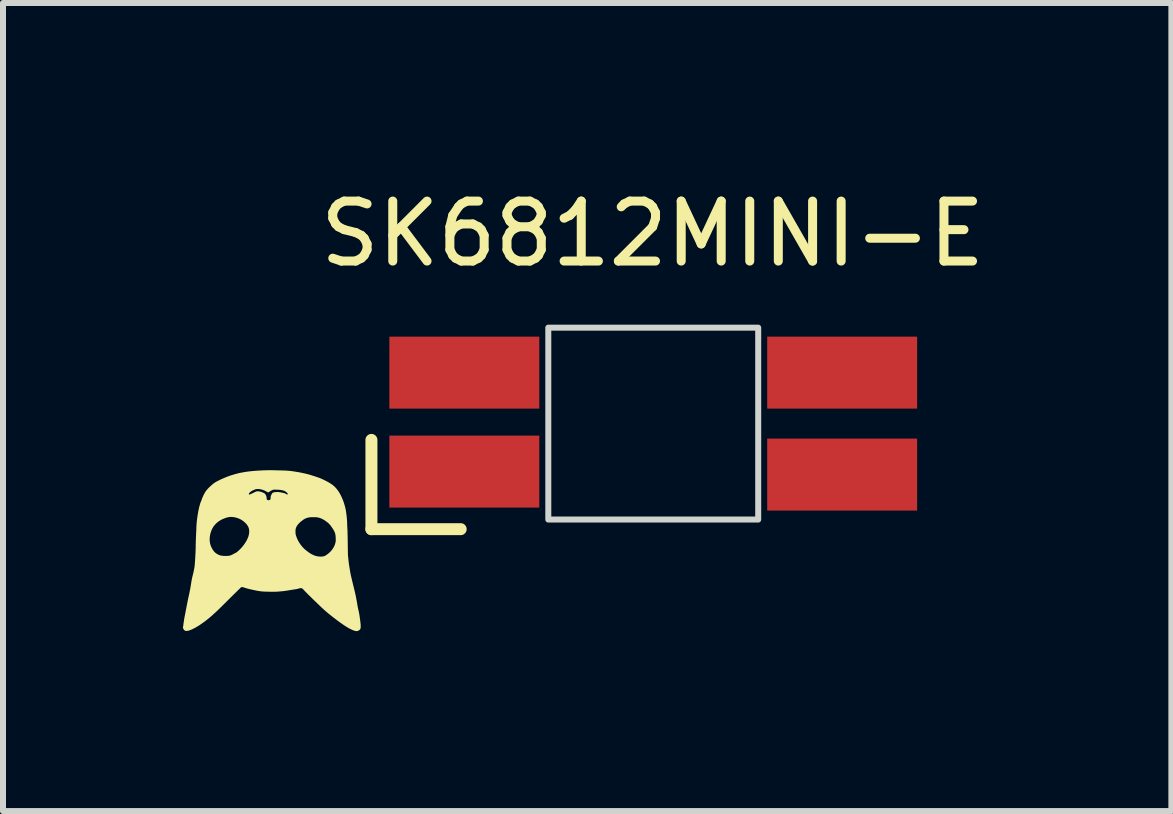
<source format=kicad_pcb>
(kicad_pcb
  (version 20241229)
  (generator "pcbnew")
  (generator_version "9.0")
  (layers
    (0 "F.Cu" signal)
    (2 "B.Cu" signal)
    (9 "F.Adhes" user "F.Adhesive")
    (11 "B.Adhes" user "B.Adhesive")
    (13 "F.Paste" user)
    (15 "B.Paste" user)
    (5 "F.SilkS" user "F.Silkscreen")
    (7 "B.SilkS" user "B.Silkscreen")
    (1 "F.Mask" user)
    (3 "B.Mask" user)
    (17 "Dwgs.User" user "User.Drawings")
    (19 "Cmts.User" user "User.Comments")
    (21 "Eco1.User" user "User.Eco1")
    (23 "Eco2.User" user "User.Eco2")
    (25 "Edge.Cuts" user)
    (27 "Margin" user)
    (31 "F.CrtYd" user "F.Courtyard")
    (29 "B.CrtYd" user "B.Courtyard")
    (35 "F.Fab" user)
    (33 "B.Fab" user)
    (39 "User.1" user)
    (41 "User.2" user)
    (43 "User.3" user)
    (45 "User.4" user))
  (footprint "SK6812MINI-E"
    (layer "F.Cu")
    (at 7.842 4.013)
    (property "Reference" "SK6812MINI-E" (at -0.01 -3.165 180) (layer "F.SilkS") (effects (font (size 1 1) (thickness 0.15))))
    (attr smd)
    (fp_line (start -4.699 0.272) (end -4.699 1.76) (stroke (width 0.2) (type solid)) (layer "F.SilkS"))
    (fp_line (start -4.699 1.76) (end -3.211 1.76) (stroke (width 0.2) (type solid)) (layer "F.SilkS"))
    (fp_poly (pts (xy -4.946 3.46) (xy -4.949 3.46) (xy -4.951 3.46) (xy -4.953 3.459) (xy -4.956 3.459) (xy -4.964 3.458) (xy -4.974 3.455) (xy -4.983 3.453) (xy -4.994 3.449) (xy -5.005 3.445) (xy -5.016 3.441) (xy -5.028 3.435) (xy -5.041 3.429) (xy -5.053 3.423) (xy -5.067 3.416) (xy -5.081 3.408) (xy -5.095 3.4) (xy -5.11 3.391) (xy -5.125 3.382) (xy -5.14 3.372) (xy -5.156 3.362) (xy -5.19 3.338) (xy -5.23 3.31) (xy -5.272 3.279) (xy -5.315 3.246) (xy -5.358 3.213) (xy -5.399 3.18) (xy -5.437 3.149) (xy -5.469 3.121) (xy -5.504 3.09) (xy -5.549 3.048) (xy -5.654 2.947) (xy -5.757 2.846) (xy -5.799 2.803) (xy -5.831 2.769) (xy -5.836 2.764) (xy -5.841 2.759) (xy -5.843 2.757) (xy -5.846 2.755) (xy -5.848 2.753) (xy -5.85 2.752) (xy -5.852 2.75) (xy -5.854 2.749) (xy -5.856 2.748) (xy -5.858 2.747) (xy -5.86 2.746) (xy -5.862 2.745) (xy -5.864 2.744) (xy -5.867 2.744) (xy -5.869 2.743) (xy -5.871 2.743) (xy -5.873 2.743) (xy -5.876 2.743) (xy -5.879 2.743) (xy -5.881 2.743) (xy -5.884 2.743) (xy -5.887 2.744) (xy -5.89 2.744) (xy -5.893 2.745) (xy -5.9 2.747) (xy -5.908 2.749) (xy -5.916 2.751) (xy -5.922 2.753) (xy -5.929 2.755) (xy -5.939 2.757) (xy -5.949 2.759) (xy -5.961 2.761) (xy -5.973 2.763) (xy -5.985 2.765) (xy -5.998 2.767) (xy -6.048 2.775) (xy -6.086 2.781) (xy -6.1 2.784) (xy -6.118 2.786) (xy -6.138 2.789) (xy -6.16 2.792) (xy -6.209 2.797) (xy -6.26 2.801) (xy -6.287 2.803) (xy -6.321 2.803) (xy -6.361 2.804) (xy -6.403 2.803) (xy -6.444 2.802) (xy -6.483 2.801) (xy -6.515 2.799) (xy -6.539 2.797) (xy -6.566 2.793) (xy -6.598 2.788) (xy -6.634 2.781) (xy -6.671 2.773) (xy -6.707 2.765) (xy -6.742 2.757) (xy -6.772 2.749) (xy -6.796 2.742) (xy -6.815 2.736) (xy -6.83 2.731) (xy -6.841 2.728) (xy -6.849 2.726) (xy -6.853 2.725) (xy -6.856 2.725) (xy -6.858 2.725) (xy -6.86 2.725) (xy -6.862 2.725) (xy -6.864 2.725) (xy -6.868 2.727) (xy -6.87 2.728) (xy -6.874 2.731) (xy -6.886 2.742) (xy -6.904 2.76) (xy -6.928 2.783) (xy -6.988 2.842) (xy -7.06 2.913) (xy -7.14 2.993) (xy -7.208 3.06) (xy -7.266 3.117) (xy -7.317 3.164) (xy -7.361 3.204) (xy -7.402 3.239) (xy -7.442 3.271) (xy -7.482 3.302) (xy -7.506 3.319) (xy -7.53 3.336) (xy -7.553 3.352) (xy -7.575 3.367) (xy -7.597 3.38) (xy -7.619 3.393) (xy -7.639 3.405) (xy -7.659 3.415) (xy -7.678 3.425) (xy -7.696 3.433) (xy -7.713 3.44) (xy -7.729 3.446) (xy -7.744 3.451) (xy -7.758 3.454) (xy -7.771 3.456) (xy -7.782 3.457) (xy -7.787 3.457) (xy -7.791 3.457) (xy -7.795 3.456) (xy -7.799 3.455) (xy -7.802 3.454) (xy -7.806 3.453) (xy -7.809 3.451) (xy -7.812 3.449) (xy -7.816 3.447) (xy -7.818 3.444) (xy -7.821 3.442) (xy -7.824 3.439) (xy -7.826 3.435) (xy -7.829 3.432) (xy -7.831 3.428) (xy -7.833 3.424) (xy -7.842 3.407) (xy -7.834 3.35) (xy -7.831 3.324) (xy -7.826 3.295) (xy -7.822 3.266) (xy -7.818 3.242) (xy -7.801 3.155) (xy -7.778 3.034) (xy -7.755 2.919) (xy -7.74 2.852) (xy -7.737 2.837) (xy -7.733 2.817) (xy -7.723 2.769) (xy -7.714 2.717) (xy -7.706 2.67) (xy -7.7 2.63) (xy -7.694 2.598) (xy -7.691 2.584) (xy -7.689 2.572) (xy -7.686 2.56) (xy -7.683 2.549) (xy -7.676 2.519) (xy -7.668 2.489) (xy -7.662 2.459) (xy -7.656 2.43) (xy -7.651 2.402) (xy -7.647 2.376) (xy -7.645 2.352) (xy -7.643 2.332) (xy -7.636 2.225) (xy -7.632 2.148) (xy -7.63 2.093) (xy -7.629 2.053) (xy -7.629 2.027) (xy -7.628 1.994) (xy -7.627 1.958) (xy -7.626 1.924) (xy -7.618 1.751) (xy -7.617 1.714) (xy -7.615 1.68) (xy -7.612 1.647) (xy -7.609 1.615) (xy -7.605 1.583) (xy -7.6 1.549) (xy -7.595 1.514) (xy -7.588 1.476) (xy -7.584 1.452) (xy -7.578 1.427) (xy -7.573 1.402) (xy -7.567 1.379) (xy -7.561 1.357) (xy -7.556 1.339) (xy -7.552 1.325) (xy -7.55 1.319) (xy -7.548 1.316) (xy -7.547 1.314) (xy -7.546 1.311) (xy -7.544 1.306) (xy -7.542 1.301) (xy -7.537 1.29) (xy -7.532 1.276) (xy -7.525 1.256) (xy -7.518 1.237) (xy -7.51 1.22) (xy -7.503 1.203) (xy -7.496 1.188) (xy -7.488 1.173) (xy -7.48 1.159) (xy -7.473 1.146) (xy -7.464 1.133) (xy -7.456 1.121) (xy -7.447 1.109) (xy -7.437 1.098) (xy -7.427 1.086) (xy -7.416 1.075) (xy -7.405 1.063) (xy -7.392 1.052) (xy -7.371 1.032) (xy -7.362 1.024) (xy -7.353 1.016) (xy -7.344 1.009) (xy -7.336 1.002) (xy -7.328 0.996) (xy -7.32 0.99) (xy -7.311 0.985) (xy -7.303 0.979) (xy -7.294 0.974) (xy -7.285 0.969) (xy -7.276 0.964) (xy -7.265 0.958) (xy -7.243 0.947) (xy -7.2 0.926) (xy -7.158 0.908) (xy -7.116 0.89) (xy -7.073 0.874) (xy -7.031 0.86) (xy -6.988 0.847) (xy -6.945 0.835) (xy -6.901 0.824) (xy -6.855 0.815) (xy -6.809 0.807) (xy -6.761 0.8) (xy -6.711 0.794) (xy -6.66 0.789) (xy -6.606 0.785) (xy -6.55 0.782) (xy -6.492 0.779) (xy -6.405 0.777) (xy -6.375 0.777) (xy -6.361 0.777) (xy -6.318 0.778) (xy -6.234 0.78) (xy -6.189 0.781) (xy -6.151 0.782) (xy -6.118 0.784) (xy -6.088 0.786) (xy -6.059 0.789) (xy -6.029 0.792) (xy -5.996 0.797) (xy -5.959 0.803) (xy -5.909 0.811) (xy -5.863 0.82) (xy -5.818 0.83) (xy -5.774 0.84) (xy -5.729 0.852) (xy -5.684 0.866) (xy -5.637 0.881) (xy -5.587 0.898) (xy -5.561 0.907) (xy -5.534 0.919) (xy -5.505 0.932) (xy -5.475 0.947) (xy -5.445 0.962) (xy -5.416 0.978) (xy -5.389 0.994) (xy -5.364 1.01) (xy -5.345 1.024) (xy -5.327 1.039) (xy -5.309 1.056) (xy -5.291 1.074) (xy -5.275 1.094) (xy -5.259 1.115) (xy -5.243 1.138) (xy -5.228 1.162) (xy -5.221 1.175) (xy -6.093 1.175) (xy -6.093 1.173) (xy -6.093 1.171) (xy -6.094 1.169) (xy -6.095 1.167) (xy -6.097 1.165) (xy -6.099 1.163) (xy -6.1 1.16) (xy -6.102 1.158) (xy -6.105 1.155) (xy -6.11 1.15) (xy -6.115 1.145) (xy -6.121 1.14) (xy -6.127 1.136) (xy -6.133 1.132) (xy -6.136 1.13) (xy -6.139 1.128) (xy -6.142 1.126) (xy -6.145 1.125) (xy -6.152 1.121) (xy -6.161 1.118) (xy -6.17 1.115) (xy -6.18 1.113) (xy -6.19 1.11) (xy -6.2 1.108) (xy -6.211 1.107) (xy -6.222 1.105) (xy -6.243 1.103) (xy -6.264 1.102) (xy -6.284 1.101) (xy -6.301 1.1) (xy -6.312 1.101) (xy -6.32 1.101) (xy -6.324 1.101) (xy -6.328 1.101) (xy -6.331 1.102) (xy -6.334 1.102) (xy -6.337 1.103) (xy -6.34 1.103) (xy -6.342 1.104) (xy -6.345 1.105) (xy -6.348 1.106) (xy -6.351 1.108) (xy -6.358 1.111) (xy -6.363 1.113) (xy -6.368 1.116) (xy -6.373 1.119) (xy -6.379 1.122) (xy -6.384 1.125) (xy -6.388 1.128) (xy -6.393 1.131) (xy -6.397 1.134) (xy -6.398 1.135) (xy -6.4 1.136) (xy -6.402 1.138) (xy -6.403 1.139) (xy -6.405 1.14) (xy -6.407 1.141) (xy -6.409 1.142) (xy -6.41 1.143) (xy -6.412 1.143) (xy -6.414 1.144) (xy -6.415 1.145) (xy -6.416 1.145) (xy -6.418 1.146) (xy -6.419 1.146) (xy -6.42 1.146) (xy -6.421 1.146) (xy -6.422 1.146) (xy -6.423 1.146) (xy -6.424 1.146) (xy -6.425 1.145) (xy -6.427 1.144) (xy -6.429 1.144) (xy -6.431 1.143) (xy -6.433 1.142) (xy -6.435 1.141) (xy -6.437 1.14) (xy -6.439 1.139) (xy -6.442 1.137) (xy -6.444 1.136) (xy -6.446 1.135) (xy -6.449 1.133) (xy -6.451 1.132) (xy -6.458 1.128) (xy -6.465 1.124) (xy -6.473 1.12) (xy -6.481 1.116) (xy -6.489 1.112) (xy -6.498 1.109) (xy -6.508 1.106) (xy -6.517 1.103) (xy -6.527 1.1) (xy -6.536 1.098) (xy -6.546 1.096) (xy -6.555 1.094) (xy -6.564 1.092) (xy -6.573 1.091) (xy -6.581 1.091) (xy -6.589 1.09) (xy -6.598 1.09) (xy -6.602 1.09) (xy -6.606 1.09) (xy -6.609 1.091) (xy -6.613 1.091) (xy -6.616 1.091) (xy -6.619 1.092) (xy -6.622 1.092) (xy -6.625 1.093) (xy -6.628 1.094) (xy -6.632 1.095) (xy -6.635 1.096) (xy -6.639 1.098) (xy -6.647 1.101) (xy -6.658 1.105) (xy -6.668 1.11) (xy -6.677 1.114) (xy -6.686 1.118) (xy -6.693 1.122) (xy -6.7 1.126) (xy -6.706 1.13) (xy -6.711 1.134) (xy -6.716 1.138) (xy -6.72 1.141) (xy -6.724 1.145) (xy -6.727 1.149) (xy -6.731 1.152) (xy -6.734 1.156) (xy -6.74 1.164) (xy -6.74 1.165) (xy -6.741 1.165) (xy -6.741 1.166) (xy -6.741 1.166) (xy -6.742 1.168) (xy -6.742 1.17) (xy -6.742 1.171) (xy -6.743 1.173) (xy -6.742 1.175) (xy -6.742 1.177) (xy -6.742 1.178) (xy -6.742 1.18) (xy -6.741 1.181) (xy -6.741 1.182) (xy -6.741 1.182) (xy -6.74 1.183) (xy -6.74 1.183) (xy -6.739 1.184) (xy -6.739 1.184) (xy -6.739 1.184) (xy -6.738 1.185) (xy -6.738 1.185) (xy -6.737 1.185) (xy -6.736 1.185) (xy -6.735 1.184) (xy -6.729 1.182) (xy -6.722 1.179) (xy -6.713 1.175) (xy -6.702 1.171) (xy -6.691 1.166) (xy -6.68 1.161) (xy -6.669 1.155) (xy -6.652 1.147) (xy -6.639 1.14) (xy -6.629 1.136) (xy -6.624 1.134) (xy -6.62 1.133) (xy -6.617 1.131) (xy -6.614 1.13) (xy -6.61 1.13) (xy -6.607 1.129) (xy -6.604 1.129) (xy -6.601 1.129) (xy -6.593 1.129) (xy -6.586 1.129) (xy -6.578 1.13) (xy -6.57 1.131) (xy -6.562 1.133) (xy -6.553 1.135) (xy -6.544 1.137) (xy -6.535 1.14) (xy -6.526 1.143) (xy -6.518 1.146) (xy -6.509 1.15) (xy -6.501 1.153) (xy -6.494 1.157) (xy -6.488 1.16) (xy -6.482 1.164) (xy -6.477 1.168) (xy -6.473 1.172) (xy -6.47 1.175) (xy -6.468 1.178) (xy -6.465 1.182) (xy -6.463 1.185) (xy -6.461 1.19) (xy -6.459 1.194) (xy -6.457 1.198) (xy -6.455 1.203) (xy -6.453 1.207) (xy -6.452 1.212) (xy -6.45 1.217) (xy -6.449 1.221) (xy -6.448 1.226) (xy -6.448 1.23) (xy -6.447 1.235) (xy -6.447 1.239) (xy -6.447 1.244) (xy -6.447 1.248) (xy -6.446 1.253) (xy -6.446 1.255) (xy -6.445 1.256) (xy -6.445 1.258) (xy -6.444 1.26) (xy -6.444 1.261) (xy -6.443 1.263) (xy -6.442 1.264) (xy -6.441 1.266) (xy -6.44 1.267) (xy -6.439 1.268) (xy -6.438 1.269) (xy -6.437 1.27) (xy -6.436 1.271) (xy -6.435 1.272) (xy -6.433 1.273) (xy -6.432 1.274) (xy -6.431 1.274) (xy -6.429 1.275) (xy -6.427 1.275) (xy -6.426 1.276) (xy -6.424 1.276) (xy -6.422 1.276) (xy -6.418 1.277) (xy -6.414 1.277) (xy -6.411 1.277) (xy -6.409 1.277) (xy -6.407 1.277) (xy -6.405 1.276) (xy -6.404 1.276) (xy -6.402 1.276) (xy -6.4 1.275) (xy -6.399 1.275) (xy -6.398 1.274) (xy -6.396 1.274) (xy -6.395 1.273) (xy -6.394 1.272) (xy -6.392 1.271) (xy -6.391 1.27) (xy -6.39 1.269) (xy -6.389 1.268) (xy -6.387 1.267) (xy -6.386 1.265) (xy -6.386 1.265) (xy -6.385 1.264) (xy -6.385 1.264) (xy -6.384 1.263) (xy -6.384 1.262) (xy -6.383 1.261) (xy -6.383 1.261) (xy -6.383 1.26) (xy -6.382 1.259) (xy -6.382 1.259) (xy -6.382 1.258) (xy -6.382 1.257) (xy -6.381 1.256) (xy -6.381 1.255) (xy -6.381 1.254) (xy -6.381 1.253) (xy -6.381 1.251) (xy -6.38 1.249) (xy -6.38 1.246) (xy -6.38 1.243) (xy -6.38 1.24) (xy -6.38 1.236) (xy -6.38 1.231) (xy -6.38 1.226) (xy -6.379 1.221) (xy -6.379 1.217) (xy -6.378 1.213) (xy -6.377 1.211) (xy -6.377 1.209) (xy -6.377 1.207) (xy -6.376 1.206) (xy -6.376 1.204) (xy -6.375 1.203) (xy -6.372 1.196) (xy -6.368 1.189) (xy -6.365 1.181) (xy -6.362 1.177) (xy -6.36 1.173) (xy -6.358 1.169) (xy -6.356 1.165) (xy -6.353 1.162) (xy -6.35 1.159) (xy -6.348 1.157) (xy -6.347 1.156) (xy -6.345 1.154) (xy -6.344 1.153) (xy -6.342 1.152) (xy -6.34 1.151) (xy -6.338 1.15) (xy -6.336 1.149) (xy -6.332 1.148) (xy -6.328 1.147) (xy -6.323 1.146) (xy -6.318 1.145) (xy -6.307 1.143) (xy -6.296 1.142) (xy -6.284 1.141) (xy -6.273 1.141) (xy -6.264 1.141) (xy -6.256 1.14) (xy -6.253 1.141) (xy -6.25 1.141) (xy -6.24 1.142) (xy -6.228 1.144) (xy -6.215 1.146) (xy -6.19 1.151) (xy -6.174 1.155) (xy -6.164 1.157) (xy -6.155 1.159) (xy -6.148 1.161) (xy -6.143 1.163) (xy -6.138 1.165) (xy -6.134 1.167) (xy -6.131 1.169) (xy -6.128 1.17) (xy -6.124 1.173) (xy -6.122 1.174) (xy -6.12 1.176) (xy -6.117 1.177) (xy -6.115 1.178) (xy -6.111 1.179) (xy -6.107 1.18) (xy -6.104 1.18) (xy -6.101 1.18) (xy -6.098 1.18) (xy -6.096 1.18) (xy -6.096 1.18) (xy -6.095 1.179) (xy -6.094 1.179) (xy -6.094 1.178) (xy -6.093 1.178) (xy -6.093 1.177) (xy -6.093 1.177) (xy -6.093 1.176) (xy -6.093 1.175) (xy -5.221 1.175) (xy -5.214 1.188) (xy -5.201 1.214) (xy -5.188 1.243) (xy -5.176 1.272) (xy -5.164 1.303) (xy -5.154 1.335) (xy -5.144 1.368) (xy -5.135 1.402) (xy -5.129 1.429) (xy -5.123 1.462) (xy -5.118 1.499) (xy -5.113 1.538) (xy -5.109 1.578) (xy -5.106 1.616) (xy -5.104 1.652) (xy -5.103 1.683) (xy -5.103 1.689) (xy -5.103 1.697) (xy -5.102 1.716) (xy -5.101 1.735) (xy -5.1 1.754) (xy -5.099 1.766) (xy -5.098 1.785) (xy -5.097 1.839) (xy -5.095 1.908) (xy -5.095 1.941) (xy -5.294 1.941) (xy -5.294 1.936) (xy -5.294 1.923) (xy -5.295 1.908) (xy -5.295 1.896) (xy -5.296 1.884) (xy -5.297 1.872) (xy -5.298 1.862) (xy -5.3 1.851) (xy -5.302 1.842) (xy -5.304 1.832) (xy -5.307 1.823) (xy -5.31 1.814) (xy -5.314 1.805) (xy -5.318 1.796) (xy -5.323 1.787) (xy -5.328 1.777) (xy -5.334 1.767) (xy -5.34 1.757) (xy -5.348 1.746) (xy -5.362 1.725) (xy -5.369 1.715) (xy -5.375 1.706) (xy -5.382 1.698) (xy -5.388 1.691) (xy -5.394 1.683) (xy -5.4 1.677) (xy -5.406 1.67) (xy -5.413 1.664) (xy -5.419 1.658) (xy -5.426 1.652) (xy -5.433 1.646) (xy -5.441 1.64) (xy -5.458 1.628) (xy -5.468 1.621) (xy -5.477 1.614) (xy -5.487 1.608) (xy -5.496 1.603) (xy -5.505 1.597) (xy -5.515 1.592) (xy -5.524 1.588) (xy -5.533 1.584) (xy -5.542 1.58) (xy -5.551 1.576) (xy -5.56 1.573) (xy -5.569 1.571) (xy -5.578 1.568) (xy -5.587 1.566) (xy -5.596 1.564) (xy -5.606 1.563) (xy -5.612 1.562) (xy -5.619 1.561) (xy -5.635 1.56) (xy -5.654 1.56) (xy -5.673 1.56) (xy -5.693 1.56) (xy -5.711 1.561) (xy -5.727 1.562) (xy -5.734 1.563) (xy -5.741 1.564) (xy -5.748 1.566) (xy -5.754 1.567) (xy -5.761 1.569) (xy -5.767 1.57) (xy -5.774 1.572) (xy -5.78 1.575) (xy -5.786 1.577) (xy -5.792 1.579) (xy -5.799 1.582) (xy -5.805 1.585) (xy -5.811 1.588) (xy -5.817 1.592) (xy -5.823 1.595) (xy -5.829 1.599) (xy -5.836 1.603) (xy -5.842 1.608) (xy -5.853 1.616) (xy -5.863 1.624) (xy -5.873 1.632) (xy -5.883 1.64) (xy -5.892 1.648) (xy -5.9 1.656) (xy -5.908 1.665) (xy -5.916 1.673) (xy -5.923 1.681) (xy -5.93 1.69) (xy -5.936 1.698) (xy -5.941 1.706) (xy -5.946 1.715) (xy -5.95 1.723) (xy -5.954 1.731) (xy -5.957 1.739) (xy -5.958 1.742) (xy -5.959 1.746) (xy -5.96 1.749) (xy -5.961 1.752) (xy -5.962 1.755) (xy -5.963 1.758) (xy -5.963 1.762) (xy -5.964 1.765) (xy -5.964 1.768) (xy -5.964 1.772) (xy -5.965 1.776) (xy -5.965 1.78) (xy -5.965 1.785) (xy -5.965 1.79) (xy -5.965 1.801) (xy -5.965 1.801) (xy -6.737 1.801) (xy -6.737 1.789) (xy -6.738 1.778) (xy -6.739 1.768) (xy -6.74 1.758) (xy -6.743 1.748) (xy -6.746 1.738) (xy -6.749 1.729) (xy -6.753 1.72) (xy -6.758 1.711) (xy -6.763 1.702) (xy -6.77 1.693) (xy -6.776 1.684) (xy -6.784 1.675) (xy -6.792 1.665) (xy -6.801 1.656) (xy -6.811 1.647) (xy -6.82 1.639) (xy -6.829 1.631) (xy -6.839 1.624) (xy -6.848 1.617) (xy -6.858 1.61) (xy -6.868 1.604) (xy -6.878 1.598) (xy -6.888 1.593) (xy -6.899 1.588) (xy -6.91 1.583) (xy -6.921 1.579) (xy -6.933 1.575) (xy -6.945 1.571) (xy -6.957 1.567) (xy -6.971 1.564) (xy -6.979 1.562) (xy -6.987 1.561) (xy -6.995 1.56) (xy -7.003 1.558) (xy -7.01 1.558) (xy -7.018 1.557) (xy -7.026 1.556) (xy -7.033 1.556) (xy -7.041 1.556) (xy -7.048 1.556) (xy -7.056 1.557) (xy -7.063 1.557) (xy -7.07 1.558) (xy -7.078 1.559) (xy -7.085 1.561) (xy -7.093 1.562) (xy -7.111 1.567) (xy -7.129 1.572) (xy -7.147 1.579) (xy -7.165 1.586) (xy -7.183 1.593) (xy -7.199 1.602) (xy -7.216 1.611) (xy -7.232 1.621) (xy -7.247 1.631) (xy -7.262 1.642) (xy -7.276 1.654) (xy -7.289 1.666) (xy -7.302 1.679) (xy -7.313 1.692) (xy -7.324 1.705) (xy -7.334 1.719) (xy -7.343 1.734) (xy -7.352 1.749) (xy -7.36 1.766) (xy -7.367 1.782) (xy -7.373 1.8) (xy -7.379 1.817) (xy -7.384 1.835) (xy -7.388 1.853) (xy -7.391 1.871) (xy -7.394 1.889) (xy -7.395 1.908) (xy -7.396 1.926) (xy -7.396 1.943) (xy -7.395 1.961) (xy -7.392 1.978) (xy -7.39 1.995) (xy -7.387 2.007) (xy -7.383 2.019) (xy -7.38 2.031) (xy -7.375 2.043) (xy -7.37 2.054) (xy -7.365 2.066) (xy -7.359 2.077) (xy -7.353 2.088) (xy -7.347 2.099) (xy -7.34 2.109) (xy -7.333 2.119) (xy -7.326 2.128) (xy -7.319 2.137) (xy -7.311 2.144) (xy -7.303 2.152) (xy -7.296 2.158) (xy -7.287 2.164) (xy -7.278 2.17) (xy -7.269 2.176) (xy -7.26 2.181) (xy -7.251 2.185) (xy -7.242 2.189) (xy -7.233 2.193) (xy -7.224 2.196) (xy -7.214 2.199) (xy -7.204 2.201) (xy -7.193 2.203) (xy -7.182 2.204) (xy -7.171 2.205) (xy -7.158 2.206) (xy -7.145 2.206) (xy -7.132 2.206) (xy -7.109 2.206) (xy -7.099 2.206) (xy -7.09 2.205) (xy -7.082 2.204) (xy -7.074 2.203) (xy -7.066 2.202) (xy -7.058 2.2) (xy -7.051 2.198) (xy -7.043 2.195) (xy -7.035 2.192) (xy -7.026 2.188) (xy -7.017 2.183) (xy -7.007 2.178) (xy -6.984 2.166) (xy -6.971 2.159) (xy -6.959 2.153) (xy -6.954 2.15) (xy -6.95 2.147) (xy -6.945 2.144) (xy -6.941 2.141) (xy -6.936 2.137) (xy -6.932 2.134) (xy -6.928 2.13) (xy -6.923 2.126) (xy -6.913 2.117) (xy -6.902 2.107) (xy -6.884 2.089) (xy -6.867 2.071) (xy -6.851 2.053) (xy -6.836 2.034) (xy -6.822 2.015) (xy -6.809 1.996) (xy -6.796 1.977) (xy -6.785 1.958) (xy -6.775 1.939) (xy -6.766 1.92) (xy -6.758 1.901) (xy -6.751 1.883) (xy -6.746 1.865) (xy -6.742 1.847) (xy -6.739 1.83) (xy -6.737 1.813) (xy -6.737 1.801) (xy -5.965 1.801) (xy -5.965 1.812) (xy -5.965 1.822) (xy -5.965 1.827) (xy -5.964 1.831) (xy -5.964 1.835) (xy -5.963 1.839) (xy -5.963 1.843) (xy -5.962 1.847) (xy -5.961 1.851) (xy -5.96 1.855) (xy -5.957 1.864) (xy -5.954 1.874) (xy -5.948 1.892) (xy -5.942 1.908) (xy -5.935 1.923) (xy -5.929 1.937) (xy -5.922 1.951) (xy -5.914 1.965) (xy -5.906 1.979) (xy -5.897 1.993) (xy -5.885 2.011) (xy -5.873 2.027) (xy -5.867 2.034) (xy -5.862 2.042) (xy -5.856 2.049) (xy -5.85 2.055) (xy -5.844 2.062) (xy -5.838 2.068) (xy -5.832 2.074) (xy -5.826 2.081) (xy -5.82 2.087) (xy -5.813 2.093) (xy -5.798 2.106) (xy -5.78 2.12) (xy -5.763 2.133) (xy -5.747 2.146) (xy -5.73 2.157) (xy -5.714 2.167) (xy -5.699 2.176) (xy -5.683 2.184) (xy -5.668 2.191) (xy -5.653 2.198) (xy -5.638 2.203) (xy -5.623 2.207) (xy -5.608 2.211) (xy -5.593 2.214) (xy -5.577 2.215) (xy -5.562 2.217) (xy -5.546 2.217) (xy -5.537 2.217) (xy -5.528 2.217) (xy -5.52 2.216) (xy -5.513 2.215) (xy -5.506 2.214) (xy -5.499 2.213) (xy -5.493 2.212) (xy -5.487 2.21) (xy -5.481 2.208) (xy -5.475 2.205) (xy -5.468 2.202) (xy -5.462 2.198) (xy -5.456 2.194) (xy -5.449 2.19) (xy -5.442 2.185) (xy -5.434 2.179) (xy -5.421 2.169) (xy -5.409 2.159) (xy -5.397 2.149) (xy -5.386 2.138) (xy -5.376 2.127) (xy -5.366 2.116) (xy -5.356 2.104) (xy -5.348 2.092) (xy -5.34 2.08) (xy -5.332 2.068) (xy -5.325 2.055) (xy -5.319 2.042) (xy -5.313 2.029) (xy -5.308 2.016) (xy -5.304 2.002) (xy -5.3 1.988) (xy -5.298 1.98) (xy -5.297 1.976) (xy -5.296 1.972) (xy -5.296 1.968) (xy -5.295 1.964) (xy -5.295 1.96) (xy -5.294 1.956) (xy -5.294 1.951) (xy -5.294 1.947) (xy -5.294 1.941) (xy -5.095 1.941) (xy -5.094 1.985) (xy -5.093 2.061) (xy -5.092 2.129) (xy -5.091 2.18) (xy -5.089 2.208) (xy -5.085 2.249) (xy -5.08 2.294) (xy -5.074 2.34) (xy -5.067 2.387) (xy -5.06 2.431) (xy -5.053 2.472) (xy -5.046 2.509) (xy -5.04 2.538) (xy -5.015 2.644) (xy -4.999 2.708) (xy -4.983 2.774) (xy -4.976 2.802) (xy -4.969 2.833) (xy -4.962 2.865) (xy -4.955 2.899) (xy -4.949 2.934) (xy -4.942 2.97) (xy -4.936 3.006) (xy -4.93 3.042) (xy -4.929 3.048) (xy -4.928 3.055) (xy -4.924 3.072) (xy -4.92 3.091) (xy -4.916 3.11) (xy -4.911 3.129) (xy -4.907 3.148) (xy -4.904 3.167) (xy -4.9 3.186) (xy -4.897 3.207) (xy -4.894 3.23) (xy -4.89 3.256) (xy -4.886 3.286) (xy -4.881 3.329) (xy -4.879 3.347) (xy -4.878 3.363) (xy -4.878 3.377) (xy -4.878 3.39) (xy -4.879 3.401) (xy -4.88 3.41) (xy -4.882 3.418) (xy -4.885 3.425) (xy -4.889 3.431) (xy -4.894 3.437) (xy -4.899 3.441) (xy -4.905 3.446) (xy -4.913 3.45) (xy -4.921 3.454) (xy -4.924 3.455) (xy -4.926 3.456) (xy -4.928 3.457) (xy -4.93 3.457) (xy -4.932 3.458) (xy -4.934 3.458) (xy -4.936 3.459) (xy -4.938 3.459) (xy -4.94 3.46) (xy -4.942 3.46) (xy -4.944 3.46)) (stroke (width 0) (type solid)) (fill yes) (layer "F.SilkS"))
    (fp_rect (start -1.75 -1.6) (end 1.75 1.6) (stroke (width 0.1) (type default)) (fill no) (layer "Edge.Cuts"))
    (pad "1" smd rect (at 3.15 -0.85) (size 2.5 1.2) (layers "F.Cu" "F.Mask" "F.Paste"))
    (pad "2" smd rect (at 3.15 0.85) (size 2.5 1.2) (layers "F.Cu" "F.Mask" "F.Paste"))
    (pad "3" smd rect (at -3.15 0.8) (size 2.5 1.2) (layers "F.Cu" "F.Mask" "F.Paste"))
    (pad "4" smd rect (at -3.15 -0.85) (size 2.5 1.2) (layers "F.Cu" "F.Mask" "F.Paste")))
  (gr_rect
    (start -3 -3)
    (end 16.481 10.473)
    (stroke (width 0.1) (type default))
    (fill no)
    (layer "Edge.Cuts")))
</source>
